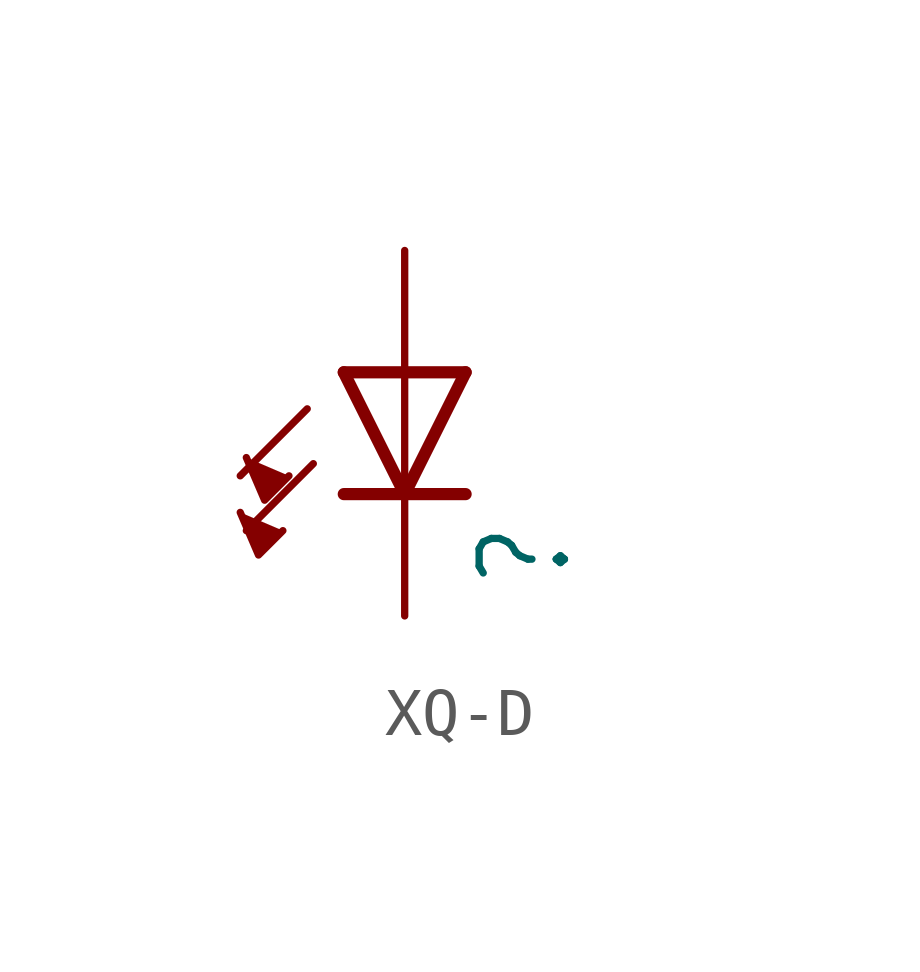
<source format=kicad_sym>
(kicad_symbol_lib
  (version 20241209)
  (generator "kicad_symbol_editor")
  (generator_version "9.0")
  (symbol "XQ-D"
    (property "Reference" ""
      (at 3.556 -2.032 90)
      (effects (font (size 1.778 1.511)) (justify left bottom)))
    (property "Value" ""
      (at 5.715 -2.032 90)
      (effects (font (size 1.778 1.511)) (justify left bottom)))
    (property "ki_locked" ""
      (at 0 0 0)
      (effects (font (size 1.27 1.27))))
    (symbol "XQ-D_1_0"
      (polyline (pts (xy -3.429 -0.381) (xy -3.048 -1.27) (xy -2.54 -0.762)) (stroke (width 0.152) (type solid)) (fill (type outline)))
      (polyline (pts (xy -3.302 0.762) (xy -2.921 -0.127) (xy -2.413 0.381)) (stroke (width 0.152) (type solid)) (fill (type outline)))
      (polyline (pts (xy -2.032 1.778) (xy -3.429 0.381)) (stroke (width 0.152) (type solid)) (fill (type none)))
      (polyline (pts (xy -1.905 0.635) (xy -3.302 -0.762)) (stroke (width 0.152) (type solid)) (fill (type none)))
      (polyline (pts (xy 0 2.54) (xy -1.27 2.54)) (stroke (width 0.254) (type solid)) (fill (type none)))
      (polyline (pts (xy 0 2.54) (xy 0 0)) (stroke (width 0.152) (type solid)) (fill (type none)))
      (polyline (pts (xy 0 0) (xy -1.27 2.54)) (stroke (width 0.254) (type solid)) (fill (type none)))
      (polyline (pts (xy 0 0) (xy -1.27 0)) (stroke (width 0.254) (type solid)) (fill (type none)))
      (polyline (pts (xy 1.27 2.54) (xy 0 2.54)) (stroke (width 0.254) (type solid)) (fill (type none)))
      (polyline (pts (xy 1.27 2.54) (xy 0 0)) (stroke (width 0.254) (type solid)) (fill (type none)))
      (polyline (pts (xy 1.27 0) (xy 0 0)) (stroke (width 0.254) (type solid)) (fill (type none)))
      (pin passive line (at 0 5.08 270) (length 2.54) (name "A" (effects (font (size 0 0)))) (number "1" (effects (font (size 0 0)))))
      (pin passive line (at 0 -2.54 90) (length 2.54) (name "C" (effects (font (size 0 0)))) (number "2" (effects (font (size 0 0))))))))
</source>
